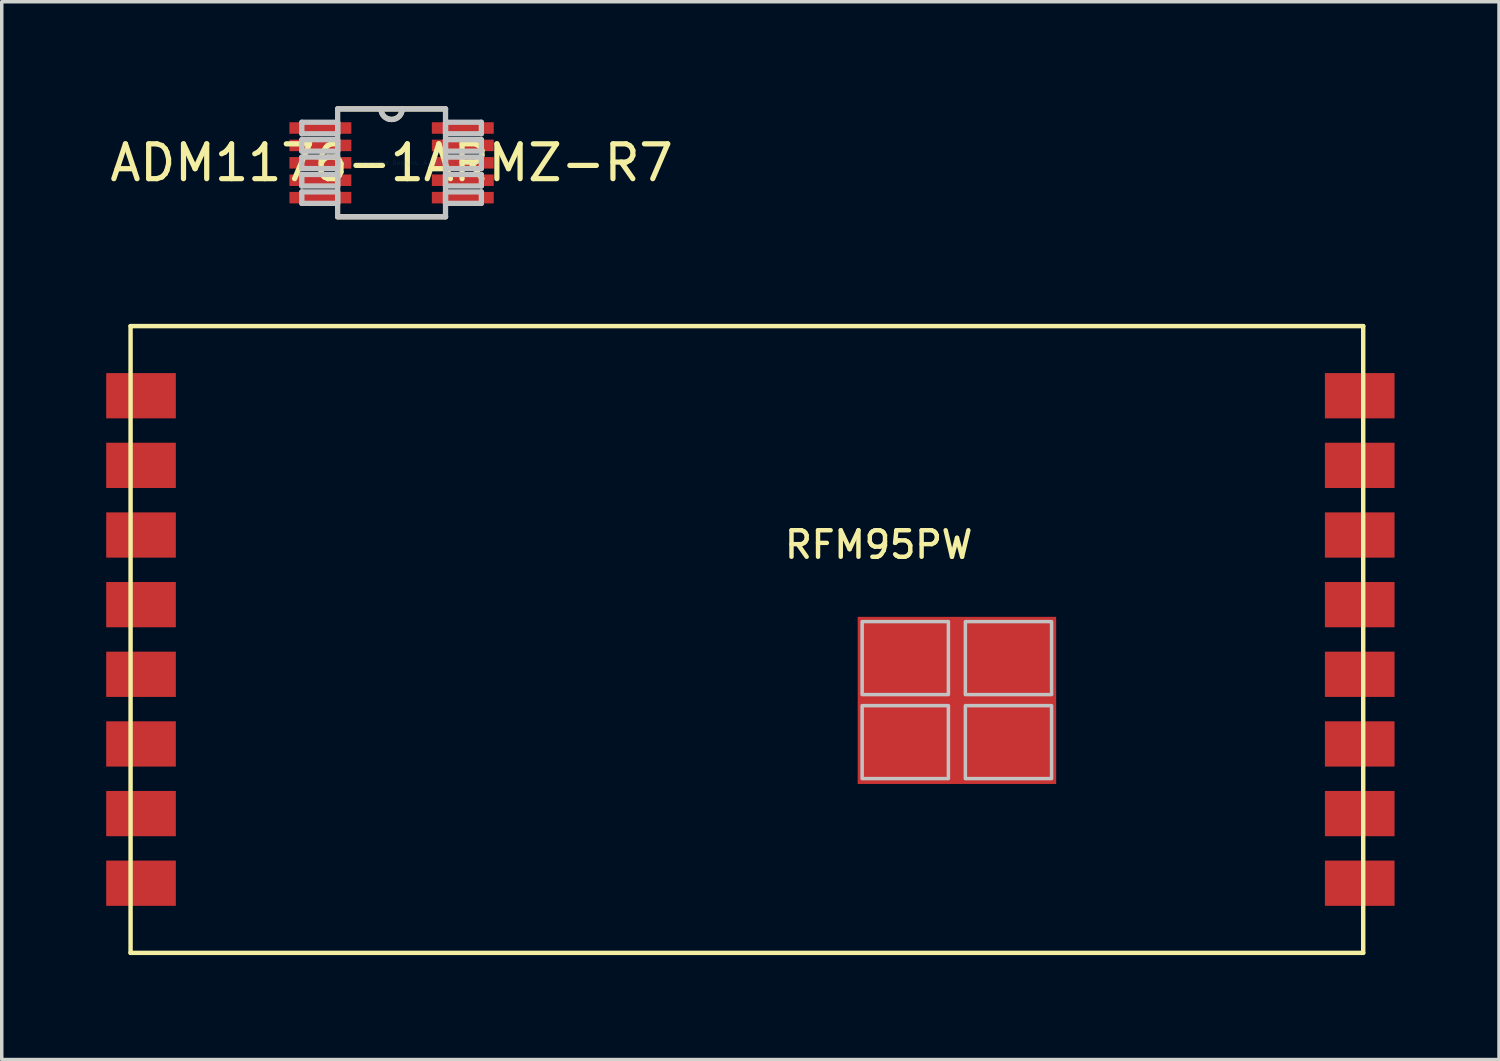
<source format=kicad_pcb>
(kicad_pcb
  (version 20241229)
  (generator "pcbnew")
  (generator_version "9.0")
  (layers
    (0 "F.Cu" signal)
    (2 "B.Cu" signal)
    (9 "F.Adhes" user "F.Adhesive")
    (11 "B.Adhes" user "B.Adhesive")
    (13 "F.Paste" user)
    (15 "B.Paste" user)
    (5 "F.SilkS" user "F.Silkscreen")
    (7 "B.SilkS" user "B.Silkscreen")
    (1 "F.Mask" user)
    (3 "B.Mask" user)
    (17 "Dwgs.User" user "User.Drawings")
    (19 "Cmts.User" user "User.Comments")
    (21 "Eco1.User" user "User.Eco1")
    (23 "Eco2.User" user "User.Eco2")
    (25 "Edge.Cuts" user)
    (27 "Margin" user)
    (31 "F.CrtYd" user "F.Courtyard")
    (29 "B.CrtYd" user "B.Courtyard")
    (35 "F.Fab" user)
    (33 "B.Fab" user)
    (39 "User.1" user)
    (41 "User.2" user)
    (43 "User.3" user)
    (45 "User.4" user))
  (footprint "RFM95PW"
    (layer "F.Cu")
    (at 18.4 14.815)
    (property "Reference" "RFM95PW" (at 1.016 -2.667 180) (layer "F.SilkS") (effects (font (size 0.762 0.762) (thickness 0.127)) (justify left top)))
    (attr through_hole)
    (fp_line (start -17.7 -8.5) (end 17.7 -8.5) (stroke (width 0.127) (type solid)) (layer "F.SilkS"))
    (fp_line (start -17.7 9.5) (end -17.7 -8.5) (stroke (width 0.127) (type solid)) (layer "F.SilkS"))
    (fp_line (start -17.7 9.5) (end 17.7 9.5) (stroke (width 0.127) (type solid)) (layer "F.SilkS"))
    (fp_line (start 17.7 9.5) (end 17.7 -8.5) (stroke (width 0.127) (type solid)) (layer "F.SilkS"))
    (fp_poly (pts (xy 5.787 2.083) (xy 3.31 2.083) (xy 3.31 -0.013) (xy 5.787 -0.013)) (stroke (width 0.1) (type solid)) (fill no) (layer "Dwgs.User"))
    (fp_poly (pts (xy 5.787 4.496) (xy 3.31 4.496) (xy 3.31 2.4) (xy 5.787 2.4)) (stroke (width 0.1) (type solid)) (fill no) (layer "Dwgs.User"))
    (fp_poly (pts (xy 8.75 2.083) (xy 6.274 2.083) (xy 6.274 -0.013) (xy 8.75 -0.013)) (stroke (width 0.1) (type solid)) (fill no) (layer "Dwgs.User"))
    (fp_poly (pts (xy 8.75 4.496) (xy 6.274 4.496) (xy 6.274 2.4) (xy 8.75 2.4)) (stroke (width 0.1) (type solid)) (fill no) (layer "Dwgs.User"))
    (pad "1" smd rect (at 17.6 7.5) (size 2 1.3) (layers "F.Cu" "F.Mask" "F.Paste"))
    (pad "2" smd rect (at 17.6 5.5) (size 2 1.3) (layers "F.Cu" "F.Mask" "F.Paste"))
    (pad "3" smd rect (at 17.6 3.5) (size 2 1.3) (layers "F.Cu" "F.Mask" "F.Paste"))
    (pad "4" smd rect (at 17.6 1.5) (size 2 1.3) (layers "F.Cu" "F.Mask" "F.Paste"))
    (pad "5" smd rect (at 17.6 -0.5) (size 2 1.3) (layers "F.Cu" "F.Mask" "F.Paste"))
    (pad "6" smd rect (at 17.6 -2.5) (size 2 1.3) (layers "F.Cu" "F.Mask" "F.Paste"))
    (pad "7" smd rect (at 17.6 -4.5) (size 2 1.3) (layers "F.Cu" "F.Mask" "F.Paste"))
    (pad "8" smd rect (at 17.6 -6.5) (size 2 1.3) (layers "F.Cu" "F.Mask" "F.Paste"))
    (pad "9" smd rect (at -17.4 -6.5) (size 2 1.3) (layers "F.Cu" "F.Mask" "F.Paste"))
    (pad "10" smd rect (at -17.4 -4.5) (size 2 1.3) (layers "F.Cu" "F.Mask" "F.Paste"))
    (pad "11" smd rect (at -17.4 -2.5) (size 2 1.3) (layers "F.Cu" "F.Mask" "F.Paste"))
    (pad "12" smd rect (at -17.4 -0.5) (size 2 1.3) (layers "F.Cu" "F.Mask" "F.Paste"))
    (pad "13" smd rect (at -17.4 1.5) (size 2 1.3) (layers "F.Cu" "F.Mask" "F.Paste"))
    (pad "14" smd rect (at -17.4 3.5) (size 2 1.3) (layers "F.Cu" "F.Mask" "F.Paste"))
    (pad "15" smd rect (at -17.4 5.5) (size 2 1.3) (layers "F.Cu" "F.Mask" "F.Paste"))
    (pad "16" smd rect (at -17.4 7.5) (size 2 1.3) (layers "F.Cu" "F.Mask" "F.Paste"))
    (pad "17" smd rect (at 6.032 2.25) (size 5.7 4.8) (layers "F.Cu" "F.Mask")))
  (footprint "ADM1176-1ARMZ-R7"
    (layer "F.Cu")
    (at 8.196 1.626)
    (property "Reference" "ADM1176-1ARMZ-R7" (at 0 0 0) (layer "F.SilkS") (effects (font (size 1 1) (thickness 0.15))))
    (attr through_hole)
    (fp_line (start -1.549 1.549) (end 1.549 1.549) (stroke (width 0.152) (type solid)) (layer "F.SilkS"))
    (fp_line (start 1.549 -1.549) (end -1.549 -1.549) (stroke (width 0.152) (type solid)) (layer "F.SilkS"))
    (fp_arc (start 0.3048 -1.5494) (mid 0 -1.2446) (end -0.3048 -1.5494) (stroke (width 0.1524) (type solid)) (layer "F.SilkS"))
    (fp_line (start -2.578 -1.165) (end -2.578 -0.835) (stroke (width 0.152) (type solid)) (layer "Dwgs.User"))
    (fp_line (start -2.578 -0.835) (end -1.549 -0.835) (stroke (width 0.152) (type solid)) (layer "Dwgs.User"))
    (fp_line (start -2.578 -0.665) (end -2.578 -0.335) (stroke (width 0.152) (type solid)) (layer "Dwgs.User"))
    (fp_line (start -2.578 -0.335) (end -1.549 -0.335) (stroke (width 0.152) (type solid)) (layer "Dwgs.User"))
    (fp_line (start -2.578 -0.165) (end -2.578 0.165) (stroke (width 0.152) (type solid)) (layer "Dwgs.User"))
    (fp_line (start -2.578 0.165) (end -1.549 0.165) (stroke (width 0.152) (type solid)) (layer "Dwgs.User"))
    (fp_line (start -2.578 0.335) (end -2.578 0.665) (stroke (width 0.152) (type solid)) (layer "Dwgs.User"))
    (fp_line (start -2.578 0.665) (end -1.549 0.665) (stroke (width 0.152) (type solid)) (layer "Dwgs.User"))
    (fp_line (start -2.578 0.835) (end -2.578 1.165) (stroke (width 0.152) (type solid)) (layer "Dwgs.User"))
    (fp_line (start -2.578 1.165) (end -1.549 1.165) (stroke (width 0.152) (type solid)) (layer "Dwgs.User"))
    (fp_line (start -1.549 -1.549) (end -1.549 1.549) (stroke (width 0.152) (type solid)) (layer "Dwgs.User"))
    (fp_line (start -1.549 -1.165) (end -2.578 -1.165) (stroke (width 0.152) (type solid)) (layer "Dwgs.User"))
    (fp_line (start -1.549 -0.835) (end -1.549 -1.165) (stroke (width 0.152) (type solid)) (layer "Dwgs.User"))
    (fp_line (start -1.549 -0.665) (end -2.578 -0.665) (stroke (width 0.152) (type solid)) (layer "Dwgs.User"))
    (fp_line (start -1.549 -0.335) (end -1.549 -0.665) (stroke (width 0.152) (type solid)) (layer "Dwgs.User"))
    (fp_line (start -1.549 -0.165) (end -2.578 -0.165) (stroke (width 0.152) (type solid)) (layer "Dwgs.User"))
    (fp_line (start -1.549 0.165) (end -1.549 -0.165) (stroke (width 0.152) (type solid)) (layer "Dwgs.User"))
    (fp_line (start -1.549 0.335) (end -2.578 0.335) (stroke (width 0.152) (type solid)) (layer "Dwgs.User"))
    (fp_line (start -1.549 0.665) (end -1.549 0.335) (stroke (width 0.152) (type solid)) (layer "Dwgs.User"))
    (fp_line (start -1.549 0.835) (end -2.578 0.835) (stroke (width 0.152) (type solid)) (layer "Dwgs.User"))
    (fp_line (start -1.549 1.165) (end -1.549 0.835) (stroke (width 0.152) (type solid)) (layer "Dwgs.User"))
    (fp_line (start -1.549 1.549) (end 1.549 1.549) (stroke (width 0.152) (type solid)) (layer "Dwgs.User"))
    (fp_line (start 1.549 -1.549) (end -1.549 -1.549) (stroke (width 0.152) (type solid)) (layer "Dwgs.User"))
    (fp_line (start 1.549 -1.165) (end 1.549 -0.835) (stroke (width 0.152) (type solid)) (layer "Dwgs.User"))
    (fp_line (start 1.549 -0.835) (end 2.578 -0.835) (stroke (width 0.152) (type solid)) (layer "Dwgs.User"))
    (fp_line (start 1.549 -0.665) (end 1.549 -0.335) (stroke (width 0.152) (type solid)) (layer "Dwgs.User"))
    (fp_line (start 1.549 -0.335) (end 2.578 -0.335) (stroke (width 0.152) (type solid)) (layer "Dwgs.User"))
    (fp_line (start 1.549 -0.165) (end 1.549 0.165) (stroke (width 0.152) (type solid)) (layer "Dwgs.User"))
    (fp_line (start 1.549 0.165) (end 2.578 0.165) (stroke (width 0.152) (type solid)) (layer "Dwgs.User"))
    (fp_line (start 1.549 0.335) (end 1.549 0.665) (stroke (width 0.152) (type solid)) (layer "Dwgs.User"))
    (fp_line (start 1.549 0.665) (end 2.578 0.665) (stroke (width 0.152) (type solid)) (layer "Dwgs.User"))
    (fp_line (start 1.549 0.835) (end 1.549 1.165) (stroke (width 0.152) (type solid)) (layer "Dwgs.User"))
    (fp_line (start 1.549 1.165) (end 2.578 1.165) (stroke (width 0.152) (type solid)) (layer "Dwgs.User"))
    (fp_line (start 1.549 1.549) (end 1.549 -1.549) (stroke (width 0.152) (type solid)) (layer "Dwgs.User"))
    (fp_line (start 2.578 -1.165) (end 1.549 -1.165) (stroke (width 0.152) (type solid)) (layer "Dwgs.User"))
    (fp_line (start 2.578 -0.835) (end 2.578 -1.165) (stroke (width 0.152) (type solid)) (layer "Dwgs.User"))
    (fp_line (start 2.578 -0.665) (end 1.549 -0.665) (stroke (width 0.152) (type solid)) (layer "Dwgs.User"))
    (fp_line (start 2.578 -0.335) (end 2.578 -0.665) (stroke (width 0.152) (type solid)) (layer "Dwgs.User"))
    (fp_line (start 2.578 -0.165) (end 1.549 -0.165) (stroke (width 0.152) (type solid)) (layer "Dwgs.User"))
    (fp_line (start 2.578 0.165) (end 2.578 -0.165) (stroke (width 0.152) (type solid)) (layer "Dwgs.User"))
    (fp_line (start 2.578 0.335) (end 1.549 0.335) (stroke (width 0.152) (type solid)) (layer "Dwgs.User"))
    (fp_line (start 2.578 0.665) (end 2.578 0.335) (stroke (width 0.152) (type solid)) (layer "Dwgs.User"))
    (fp_line (start 2.578 0.835) (end 1.549 0.835) (stroke (width 0.152) (type solid)) (layer "Dwgs.User"))
    (fp_line (start 2.578 1.165) (end 2.578 0.835) (stroke (width 0.152) (type solid)) (layer "Dwgs.User"))
    (fp_arc (start 0.3048 -1.5494) (mid 0 -1.2446) (end -0.3048 -1.5494) (stroke (width 0.1524) (type solid)) (layer "Dwgs.User"))
    (fp_text user "Copyright 2016 Accelerated Designs. All rights reserved." (at 0 0 0) (layer "Cmts.User") (effects (font (size 0.127 0.127) (thickness 0.002))))
    (pad "1" smd rect (at -2.045 -1) (size 1.778 0.33) (layers "F.Cu" "F.Mask" "F.Paste"))
    (pad "2" smd rect (at -2.045 -0.5) (size 1.778 0.33) (layers "F.Cu" "F.Mask" "F.Paste"))
    (pad "3" smd rect (at -2.045 0) (size 1.778 0.33) (layers "F.Cu" "F.Mask" "F.Paste"))
    (pad "4" smd rect (at -2.045 0.5) (size 1.778 0.33) (layers "F.Cu" "F.Mask" "F.Paste"))
    (pad "5" smd rect (at -2.045 1) (size 1.778 0.33) (layers "F.Cu" "F.Mask" "F.Paste"))
    (pad "6" smd rect (at 2.045 1) (size 1.778 0.33) (layers "F.Cu" "F.Mask" "F.Paste"))
    (pad "7" smd rect (at 2.045 0.5) (size 1.778 0.33) (layers "F.Cu" "F.Mask" "F.Paste"))
    (pad "8" smd rect (at 2.045 0) (size 1.778 0.33) (layers "F.Cu" "F.Mask" "F.Paste"))
    (pad "9" smd rect (at 2.045 -0.5) (size 1.778 0.33) (layers "F.Cu" "F.Mask" "F.Paste"))
    (pad "10" smd rect (at 2.045 -1) (size 1.778 0.33) (layers "F.Cu" "F.Mask" "F.Paste")))
  (gr_rect
    (start -3 -3)
    (end 40 27.378)
    (stroke (width 0.1) (type default))
    (fill no)
    (layer "Edge.Cuts")))
</source>
